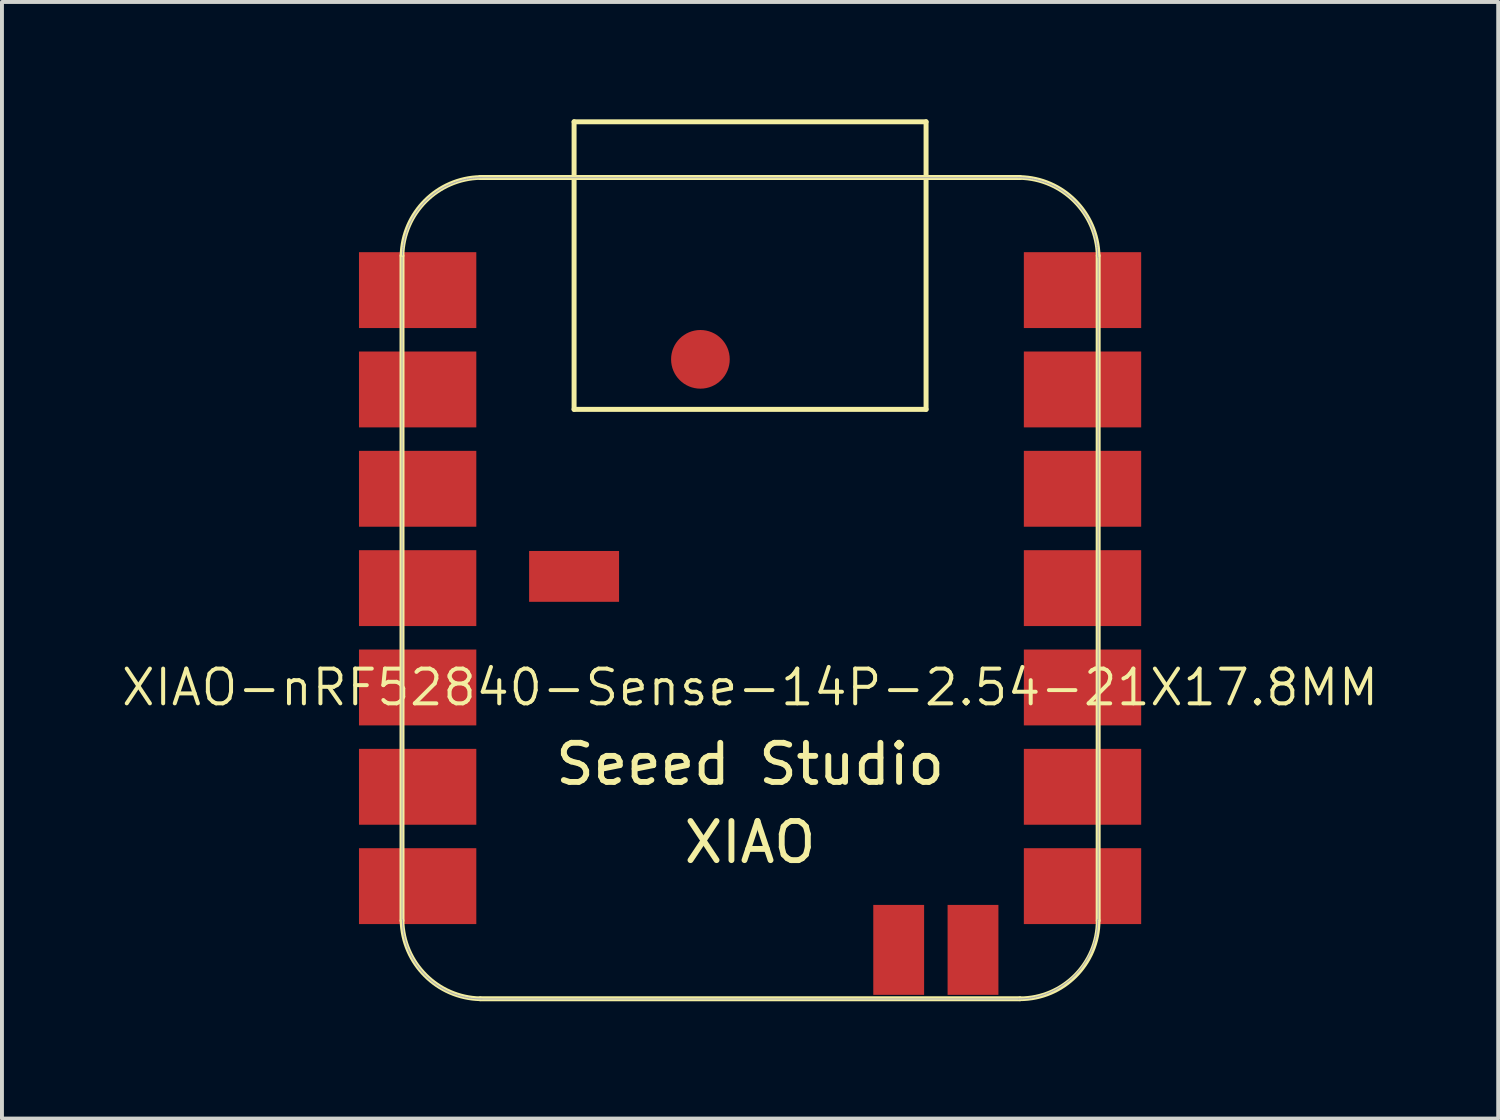
<source format=kicad_pcb>
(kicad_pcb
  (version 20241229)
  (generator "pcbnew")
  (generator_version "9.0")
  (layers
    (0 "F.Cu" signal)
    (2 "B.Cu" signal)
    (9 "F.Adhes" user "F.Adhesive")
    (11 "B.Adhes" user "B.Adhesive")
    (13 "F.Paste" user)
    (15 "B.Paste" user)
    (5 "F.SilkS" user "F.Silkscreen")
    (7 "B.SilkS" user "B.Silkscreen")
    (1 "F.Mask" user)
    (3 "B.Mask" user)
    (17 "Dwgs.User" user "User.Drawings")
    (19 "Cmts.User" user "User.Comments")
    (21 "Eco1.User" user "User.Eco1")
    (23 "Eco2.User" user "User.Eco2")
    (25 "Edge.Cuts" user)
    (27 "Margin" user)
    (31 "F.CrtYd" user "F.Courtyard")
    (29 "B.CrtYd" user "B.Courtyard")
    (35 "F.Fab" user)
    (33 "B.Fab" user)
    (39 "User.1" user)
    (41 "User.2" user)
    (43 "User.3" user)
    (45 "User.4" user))
  (footprint "XIAO-nRF52840-Sense-14P-2.54-21X17.8MM"
    (layer "F.Cu")
    (at 16.129 11.988)
    (property "Reference" "XIAO-nRF52840-Sense-14P-2.54-21X17.8MM" (at 0 2.54 0) (layer "F.SilkS") (effects (font (size 0.889 0.889) (thickness 0.102))))
    (attr smd)
    (fp_line (start -8.9 -8.5) (end -8.9 8.5) (stroke (width 0.127) (type solid)) (layer "F.SilkS"))
    (fp_line (start -6.9 10.5) (end 6.9 10.5) (stroke (width 0.127) (type solid)) (layer "F.SilkS"))
    (fp_line (start -4.5 -11.924) (end 4.5 -11.924) (stroke (width 0.127) (type solid)) (layer "F.SilkS"))
    (fp_line (start -4.5 -4.571) (end -4.5 -11.924) (stroke (width 0.127) (type solid)) (layer "F.SilkS"))
    (fp_line (start 4.5 -11.924) (end 4.5 -4.571) (stroke (width 0.127) (type solid)) (layer "F.SilkS"))
    (fp_line (start 4.5 -4.571) (end -4.5 -4.571) (stroke (width 0.127) (type solid)) (layer "F.SilkS"))
    (fp_line (start 6.9 -10.499) (end -6.9 -10.499) (stroke (width 0.127) (type solid)) (layer "F.SilkS"))
    (fp_line (start 8.9 8.5) (end 8.9 -8.5) (stroke (width 0.127) (type solid)) (layer "F.SilkS"))
    (fp_arc (start -8.9 -8.5) (mid -8.301491 -9.901491) (end -6.9 -10.5) (stroke (width 0.12) (type solid)) (layer "F.SilkS"))
    (fp_arc (start -6.9 10.5) (mid -8.301423 9.901423) (end -8.9 8.5) (stroke (width 0.12) (type solid)) (layer "F.SilkS"))
    (fp_arc (start 6.9 -10.5) (mid 8.301491 -9.901491) (end 8.9 -8.5) (stroke (width 0.12) (type solid)) (layer "F.SilkS"))
    (fp_arc (start 8.9 8.5) (mid 8.314214 9.914214) (end 6.9 10.5) (stroke (width 0.12) (type solid)) (layer "F.SilkS"))
    (fp_poly (pts (xy -8.888 -8.562) (xy -8.885 -8.61) (xy -8.881 -8.659)) (stroke (width 0.025) (type solid)) (fill no) (layer "F.SilkS"))
    (fp_poly (pts (xy 8.889 8.522) (xy 8.888 8.571) (xy 8.885 8.62) (xy 8.881 8.669) (xy 8.875 8.717) (xy 8.869 8.766) (xy 8.861 8.815) (xy 8.852 8.863) (xy 8.842 8.911)) (stroke (width 0.025) (type solid)) (fill no) (layer "F.SilkS"))
    (fp_line (start -8.9 -8.463) (end -8.9 8.473) (stroke (width 0.025) (type solid)) (layer "F.Fab"))
    (fp_line (start -8.89 8.473) (end -8.889 8.522) (stroke (width 0.025) (type solid)) (layer "F.Fab"))
    (fp_line (start -8.889 8.522) (end -8.888 8.571) (stroke (width 0.025) (type solid)) (layer "F.Fab"))
    (fp_line (start -8.888 -8.562) (end -8.889 -8.512) (stroke (width 0.025) (type solid)) (layer "F.Fab"))
    (fp_line (start -8.888 8.571) (end -8.885 8.62) (stroke (width 0.025) (type solid)) (layer "F.Fab"))
    (fp_line (start -8.885 -8.61) (end -8.888 -8.562) (stroke (width 0.025) (type solid)) (layer "F.Fab"))
    (fp_line (start -8.885 8.62) (end -8.881 8.669) (stroke (width 0.025) (type solid)) (layer "F.Fab"))
    (fp_line (start -8.881 -8.659) (end -8.885 -8.61) (stroke (width 0.025) (type solid)) (layer "F.Fab"))
    (fp_line (start -8.881 8.669) (end -8.875 8.717) (stroke (width 0.025) (type solid)) (layer "F.Fab"))
    (fp_line (start -8.875 -8.708) (end -8.881 -8.659) (stroke (width 0.025) (type solid)) (layer "F.Fab"))
    (fp_line (start -8.875 8.717) (end -8.869 8.766) (stroke (width 0.025) (type solid)) (layer "F.Fab"))
    (fp_line (start -8.869 -8.757) (end -8.875 -8.708) (stroke (width 0.025) (type solid)) (layer "F.Fab"))
    (fp_line (start -8.869 8.766) (end -8.861 8.815) (stroke (width 0.025) (type solid)) (layer "F.Fab"))
    (fp_line (start -8.861 -8.806) (end -8.869 -8.757) (stroke (width 0.025) (type solid)) (layer "F.Fab"))
    (fp_line (start -8.861 8.815) (end -8.852 8.863) (stroke (width 0.025) (type solid)) (layer "F.Fab"))
    (fp_line (start -8.852 -8.854) (end -8.861 -8.806) (stroke (width 0.025) (type solid)) (layer "F.Fab"))
    (fp_line (start -8.852 8.863) (end -8.842 8.911) (stroke (width 0.025) (type solid)) (layer "F.Fab"))
    (fp_line (start -8.842 -8.902) (end -8.852 -8.854) (stroke (width 0.025) (type solid)) (layer "F.Fab"))
    (fp_line (start -8.842 8.911) (end -8.831 8.959) (stroke (width 0.025) (type solid)) (layer "F.Fab"))
    (fp_line (start -8.831 -8.95) (end -8.842 -8.902) (stroke (width 0.025) (type solid)) (layer "F.Fab"))
    (fp_line (start -8.831 8.959) (end -8.819 9.006) (stroke (width 0.025) (type solid)) (layer "F.Fab"))
    (fp_line (start -8.819 -8.997) (end -8.831 -8.95) (stroke (width 0.025) (type solid)) (layer "F.Fab"))
    (fp_line (start -8.819 9.006) (end -8.805 9.054) (stroke (width 0.025) (type solid)) (layer "F.Fab"))
    (fp_line (start -8.805 -9.045) (end -8.819 -8.997) (stroke (width 0.025) (type solid)) (layer "F.Fab"))
    (fp_line (start -8.805 9.054) (end -8.79 9.1) (stroke (width 0.025) (type solid)) (layer "F.Fab"))
    (fp_line (start -8.79 -9.091) (end -8.805 -9.045) (stroke (width 0.025) (type solid)) (layer "F.Fab"))
    (fp_line (start -8.79 9.1) (end -8.775 9.147) (stroke (width 0.025) (type solid)) (layer "F.Fab"))
    (fp_line (start -8.775 -9.138) (end -8.79 -9.091) (stroke (width 0.025) (type solid)) (layer "F.Fab"))
    (fp_line (start -8.775 9.147) (end -8.758 9.193) (stroke (width 0.025) (type solid)) (layer "F.Fab"))
    (fp_line (start -8.758 -9.184) (end -8.775 -9.138) (stroke (width 0.025) (type solid)) (layer "F.Fab"))
    (fp_line (start -8.758 9.193) (end -8.74 9.239) (stroke (width 0.025) (type solid)) (layer "F.Fab"))
    (fp_line (start -8.74 -9.23) (end -8.758 -9.184) (stroke (width 0.025) (type solid)) (layer "F.Fab"))
    (fp_line (start -8.74 9.239) (end -8.721 9.284) (stroke (width 0.025) (type solid)) (layer "F.Fab"))
    (fp_line (start -8.721 -9.275) (end -8.74 -9.23) (stroke (width 0.025) (type solid)) (layer "F.Fab"))
    (fp_line (start -8.721 9.284) (end -8.701 9.329) (stroke (width 0.025) (type solid)) (layer "F.Fab"))
    (fp_line (start -8.701 -9.32) (end -8.721 -9.275) (stroke (width 0.025) (type solid)) (layer "F.Fab"))
    (fp_line (start -8.701 9.329) (end -8.679 9.373) (stroke (width 0.025) (type solid)) (layer "F.Fab"))
    (fp_line (start -8.679 -9.364) (end -8.701 -9.32) (stroke (width 0.025) (type solid)) (layer "F.Fab"))
    (fp_line (start -8.679 9.373) (end -8.657 9.417) (stroke (width 0.025) (type solid)) (layer "F.Fab"))
    (fp_line (start -8.657 -9.408) (end -8.679 -9.364) (stroke (width 0.025) (type solid)) (layer "F.Fab"))
    (fp_line (start -8.657 9.417) (end -8.634 9.46) (stroke (width 0.025) (type solid)) (layer "F.Fab"))
    (fp_line (start -8.634 -9.451) (end -8.657 -9.408) (stroke (width 0.025) (type solid)) (layer "F.Fab"))
    (fp_line (start -8.634 9.46) (end -8.61 9.503) (stroke (width 0.025) (type solid)) (layer "F.Fab"))
    (fp_line (start -8.61 -9.494) (end -8.634 -9.451) (stroke (width 0.025) (type solid)) (layer "F.Fab"))
    (fp_line (start -8.61 9.503) (end -8.584 9.545) (stroke (width 0.025) (type solid)) (layer "F.Fab"))
    (fp_line (start -8.584 -9.536) (end -8.61 -9.494) (stroke (width 0.025) (type solid)) (layer "F.Fab"))
    (fp_line (start -8.584 9.545) (end -8.558 9.586) (stroke (width 0.025) (type solid)) (layer "F.Fab"))
    (fp_line (start -8.558 -9.577) (end -8.584 -9.536) (stroke (width 0.025) (type solid)) (layer "F.Fab"))
    (fp_line (start -8.558 9.586) (end -8.53 9.627) (stroke (width 0.025) (type solid)) (layer "F.Fab"))
    (fp_line (start -8.53 -9.618) (end -8.558 -9.577) (stroke (width 0.025) (type solid)) (layer "F.Fab"))
    (fp_line (start -8.53 9.627) (end -8.502 9.667) (stroke (width 0.025) (type solid)) (layer "F.Fab"))
    (fp_line (start -8.502 -9.658) (end -8.53 -9.618) (stroke (width 0.025) (type solid)) (layer "F.Fab"))
    (fp_line (start -8.502 9.667) (end -8.473 9.706) (stroke (width 0.025) (type solid)) (layer "F.Fab"))
    (fp_line (start -8.473 -9.697) (end -8.502 -9.658) (stroke (width 0.025) (type solid)) (layer "F.Fab"))
    (fp_line (start -8.473 9.706) (end -8.442 9.745) (stroke (width 0.025) (type solid)) (layer "F.Fab"))
    (fp_line (start -8.442 -9.736) (end -8.473 -9.697) (stroke (width 0.025) (type solid)) (layer "F.Fab"))
    (fp_line (start -8.442 9.745) (end -8.411 9.783) (stroke (width 0.025) (type solid)) (layer "F.Fab"))
    (fp_line (start -8.411 -9.774) (end -8.442 -9.736) (stroke (width 0.025) (type solid)) (layer "F.Fab"))
    (fp_line (start -8.411 9.783) (end -8.379 9.82) (stroke (width 0.025) (type solid)) (layer "F.Fab"))
    (fp_line (start -8.379 -9.811) (end -8.411 -9.774) (stroke (width 0.025) (type solid)) (layer "F.Fab"))
    (fp_line (start -8.379 9.82) (end -8.346 9.856) (stroke (width 0.025) (type solid)) (layer "F.Fab"))
    (fp_line (start -8.346 -9.847) (end -8.379 -9.811) (stroke (width 0.025) (type solid)) (layer "F.Fab"))
    (fp_line (start -8.346 9.856) (end -8.312 9.892) (stroke (width 0.025) (type solid)) (layer "F.Fab"))
    (fp_line (start -8.312 -9.883) (end -8.346 -9.847) (stroke (width 0.025) (type solid)) (layer "F.Fab"))
    (fp_line (start -8.312 9.892) (end -8.277 9.927) (stroke (width 0.025) (type solid)) (layer "F.Fab"))
    (fp_line (start -8.277 -9.918) (end -8.312 -9.883) (stroke (width 0.025) (type solid)) (layer "F.Fab"))
    (fp_line (start -8.277 9.927) (end -8.242 9.96) (stroke (width 0.025) (type solid)) (layer "F.Fab"))
    (fp_line (start -8.242 -9.951) (end -8.277 -9.918) (stroke (width 0.025) (type solid)) (layer "F.Fab"))
    (fp_line (start -8.242 9.96) (end -8.205 9.994) (stroke (width 0.025) (type solid)) (layer "F.Fab"))
    (fp_line (start -8.205 -9.984) (end -8.242 -9.951) (stroke (width 0.025) (type solid)) (layer "F.Fab"))
    (fp_line (start -8.205 9.994) (end -8.168 10.026) (stroke (width 0.025) (type solid)) (layer "F.Fab"))
    (fp_line (start -8.168 -10.017) (end -8.205 -9.984) (stroke (width 0.025) (type solid)) (layer "F.Fab"))
    (fp_line (start -8.168 10.026) (end -8.13 10.057) (stroke (width 0.025) (type solid)) (layer "F.Fab"))
    (fp_line (start -8.13 -10.048) (end -8.168 -10.017) (stroke (width 0.025) (type solid)) (layer "F.Fab"))
    (fp_line (start -8.13 10.057) (end -8.092 10.087) (stroke (width 0.025) (type solid)) (layer "F.Fab"))
    (fp_line (start -8.092 -10.078) (end -8.13 -10.048) (stroke (width 0.025) (type solid)) (layer "F.Fab"))
    (fp_line (start -8.092 10.087) (end -8.052 10.116) (stroke (width 0.025) (type solid)) (layer "F.Fab"))
    (fp_line (start -8.052 -10.107) (end -8.092 -10.078) (stroke (width 0.025) (type solid)) (layer "F.Fab"))
    (fp_line (start -8.052 10.116) (end -8.012 10.145) (stroke (width 0.025) (type solid)) (layer "F.Fab"))
    (fp_line (start -8.012 -10.136) (end -8.052 -10.107) (stroke (width 0.025) (type solid)) (layer "F.Fab"))
    (fp_line (start -8.012 10.145) (end -7.972 10.172) (stroke (width 0.025) (type solid)) (layer "F.Fab"))
    (fp_line (start -7.972 -10.163) (end -8.012 -10.136) (stroke (width 0.025) (type solid)) (layer "F.Fab"))
    (fp_line (start -7.972 10.172) (end -7.93 10.199) (stroke (width 0.025) (type solid)) (layer "F.Fab"))
    (fp_line (start -7.93 -10.19) (end -7.972 -10.163) (stroke (width 0.025) (type solid)) (layer "F.Fab"))
    (fp_line (start -7.93 10.199) (end -7.888 10.224) (stroke (width 0.025) (type solid)) (layer "F.Fab"))
    (fp_line (start -7.888 -10.215) (end -7.93 -10.19) (stroke (width 0.025) (type solid)) (layer "F.Fab"))
    (fp_line (start -7.888 10.224) (end -7.846 10.249) (stroke (width 0.025) (type solid)) (layer "F.Fab"))
    (fp_line (start -7.846 -10.239) (end -7.888 -10.215) (stroke (width 0.025) (type solid)) (layer "F.Fab"))
    (fp_line (start -7.846 10.249) (end -7.802 10.272) (stroke (width 0.025) (type solid)) (layer "F.Fab"))
    (fp_line (start -7.802 -10.263) (end -7.846 -10.239) (stroke (width 0.025) (type solid)) (layer "F.Fab"))
    (fp_line (start -7.802 10.272) (end -7.759 10.294) (stroke (width 0.025) (type solid)) (layer "F.Fab"))
    (fp_line (start -7.759 -10.285) (end -7.802 -10.263) (stroke (width 0.025) (type solid)) (layer "F.Fab"))
    (fp_line (start -7.759 10.294) (end -7.714 10.315) (stroke (width 0.025) (type solid)) (layer "F.Fab"))
    (fp_line (start -7.714 -10.306) (end -7.759 -10.285) (stroke (width 0.025) (type solid)) (layer "F.Fab"))
    (fp_line (start -7.714 10.315) (end -7.67 10.335) (stroke (width 0.025) (type solid)) (layer "F.Fab"))
    (fp_line (start -7.67 -10.326) (end -7.714 -10.306) (stroke (width 0.025) (type solid)) (layer "F.Fab"))
    (fp_line (start -7.67 10.335) (end -7.624 10.354) (stroke (width 0.025) (type solid)) (layer "F.Fab"))
    (fp_line (start -7.624 -10.345) (end -7.67 -10.326) (stroke (width 0.025) (type solid)) (layer "F.Fab"))
    (fp_line (start -7.624 10.354) (end -7.579 10.372) (stroke (width 0.025) (type solid)) (layer "F.Fab"))
    (fp_line (start -7.579 -10.363) (end -7.624 -10.345) (stroke (width 0.025) (type solid)) (layer "F.Fab"))
    (fp_line (start -7.579 10.372) (end -7.532 10.389) (stroke (width 0.025) (type solid)) (layer "F.Fab"))
    (fp_line (start -7.532 -10.38) (end -7.579 -10.363) (stroke (width 0.025) (type solid)) (layer "F.Fab"))
    (fp_line (start -7.532 10.389) (end -7.486 10.405) (stroke (width 0.025) (type solid)) (layer "F.Fab"))
    (fp_line (start -7.486 -10.396) (end -7.532 -10.38) (stroke (width 0.025) (type solid)) (layer "F.Fab"))
    (fp_line (start -7.486 10.405) (end -7.439 10.42) (stroke (width 0.025) (type solid)) (layer "F.Fab"))
    (fp_line (start -7.439 -10.411) (end -7.486 -10.396) (stroke (width 0.025) (type solid)) (layer "F.Fab"))
    (fp_line (start -7.439 10.42) (end -7.392 10.433) (stroke (width 0.025) (type solid)) (layer "F.Fab"))
    (fp_line (start -7.392 -10.424) (end -7.439 -10.411) (stroke (width 0.025) (type solid)) (layer "F.Fab"))
    (fp_line (start -7.392 10.433) (end -7.344 10.446) (stroke (width 0.025) (type solid)) (layer "F.Fab"))
    (fp_line (start -7.344 -10.436) (end -7.392 -10.424) (stroke (width 0.025) (type solid)) (layer "F.Fab"))
    (fp_line (start -7.344 10.446) (end -7.296 10.457) (stroke (width 0.025) (type solid)) (layer "F.Fab"))
    (fp_line (start -7.296 -10.448) (end -7.344 -10.436) (stroke (width 0.025) (type solid)) (layer "F.Fab"))
    (fp_line (start -7.296 10.457) (end -7.248 10.467) (stroke (width 0.025) (type solid)) (layer "F.Fab"))
    (fp_line (start -7.248 -10.458) (end -7.296 -10.448) (stroke (width 0.025) (type solid)) (layer "F.Fab"))
    (fp_line (start -7.248 10.467) (end -7.2 10.476) (stroke (width 0.025) (type solid)) (layer "F.Fab"))
    (fp_line (start -7.2 -10.466) (end -7.248 -10.458) (stroke (width 0.025) (type solid)) (layer "F.Fab"))
    (fp_line (start -7.2 10.476) (end -7.152 10.483) (stroke (width 0.025) (type solid)) (layer "F.Fab"))
    (fp_line (start -7.152 -10.474) (end -7.2 -10.466) (stroke (width 0.025) (type solid)) (layer "F.Fab"))
    (fp_line (start -7.152 10.483) (end -7.103 10.49) (stroke (width 0.025) (type solid)) (layer "F.Fab"))
    (fp_line (start -7.103 -10.481) (end -7.152 -10.474) (stroke (width 0.025) (type solid)) (layer "F.Fab"))
    (fp_line (start -7.103 10.49) (end -7.054 10.495) (stroke (width 0.025) (type solid)) (layer "F.Fab"))
    (fp_line (start -7.054 -10.486) (end -7.103 -10.481) (stroke (width 0.025) (type solid)) (layer "F.Fab"))
    (fp_line (start -7.054 10.495) (end -7.005 10.499) (stroke (width 0.025) (type solid)) (layer "F.Fab"))
    (fp_line (start -7.005 -10.49) (end -7.054 -10.486) (stroke (width 0.025) (type solid)) (layer "F.Fab"))
    (fp_line (start -7.005 10.499) (end -6.956 10.502) (stroke (width 0.025) (type solid)) (layer "F.Fab"))
    (fp_line (start -6.956 -10.493) (end -7.005 -10.49) (stroke (width 0.025) (type solid)) (layer "F.Fab"))
    (fp_line (start -6.956 10.502) (end -6.907 10.504) (stroke (width 0.025) (type solid)) (layer "F.Fab"))
    (fp_line (start -6.907 -10.495) (end -6.956 -10.493) (stroke (width 0.025) (type solid)) (layer "F.Fab"))
    (fp_line (start -6.907 10.504) (end -6.858 10.505) (stroke (width 0.025) (type solid)) (layer "F.Fab"))
    (fp_line (start -6.858 -10.495) (end -6.907 -10.495) (stroke (width 0.025) (type solid)) (layer "F.Fab"))
    (fp_line (start -6.858 10.505) (end 6.858 10.505) (stroke (width 0.025) (type solid)) (layer "F.Fab"))
    (fp_line (start 6.858 -10.495) (end -6.858 -10.495) (stroke (width 0.025) (type solid)) (layer "F.Fab"))
    (fp_line (start 6.858 10.505) (end 6.907 10.504) (stroke (width 0.025) (type solid)) (layer "F.Fab"))
    (fp_line (start 6.907 -10.495) (end 6.858 -10.495) (stroke (width 0.025) (type solid)) (layer "F.Fab"))
    (fp_line (start 6.907 10.504) (end 6.956 10.502) (stroke (width 0.025) (type solid)) (layer "F.Fab"))
    (fp_line (start 6.956 -10.493) (end 6.907 -10.495) (stroke (width 0.025) (type solid)) (layer "F.Fab"))
    (fp_line (start 6.956 10.502) (end 7.005 10.499) (stroke (width 0.025) (type solid)) (layer "F.Fab"))
    (fp_line (start 7.005 -10.49) (end 6.956 -10.493) (stroke (width 0.025) (type solid)) (layer "F.Fab"))
    (fp_line (start 7.005 10.499) (end 7.054 10.495) (stroke (width 0.025) (type solid)) (layer "F.Fab"))
    (fp_line (start 7.054 -10.486) (end 7.005 -10.49) (stroke (width 0.025) (type solid)) (layer "F.Fab"))
    (fp_line (start 7.054 10.495) (end 7.103 10.49) (stroke (width 0.025) (type solid)) (layer "F.Fab"))
    (fp_line (start 7.103 -10.481) (end 7.054 -10.486) (stroke (width 0.025) (type solid)) (layer "F.Fab"))
    (fp_line (start 7.103 10.49) (end 7.152 10.483) (stroke (width 0.025) (type solid)) (layer "F.Fab"))
    (fp_line (start 7.152 -10.474) (end 7.103 -10.481) (stroke (width 0.025) (type solid)) (layer "F.Fab"))
    (fp_line (start 7.152 10.483) (end 7.2 10.476) (stroke (width 0.025) (type solid)) (layer "F.Fab"))
    (fp_line (start 7.2 -10.466) (end 7.152 -10.474) (stroke (width 0.025) (type solid)) (layer "F.Fab"))
    (fp_line (start 7.2 10.476) (end 7.248 10.467) (stroke (width 0.025) (type solid)) (layer "F.Fab"))
    (fp_line (start 7.248 -10.458) (end 7.2 -10.466) (stroke (width 0.025) (type solid)) (layer "F.Fab"))
    (fp_line (start 7.248 10.467) (end 7.296 10.457) (stroke (width 0.025) (type solid)) (layer "F.Fab"))
    (fp_line (start 7.296 -10.448) (end 7.248 -10.458) (stroke (width 0.025) (type solid)) (layer "F.Fab"))
    (fp_line (start 7.296 10.457) (end 7.344 10.446) (stroke (width 0.025) (type solid)) (layer "F.Fab"))
    (fp_line (start 7.344 -10.436) (end 7.296 -10.448) (stroke (width 0.025) (type solid)) (layer "F.Fab"))
    (fp_line (start 7.344 10.446) (end 7.392 10.433) (stroke (width 0.025) (type solid)) (layer "F.Fab"))
    (fp_line (start 7.392 -10.424) (end 7.344 -10.436) (stroke (width 0.025) (type solid)) (layer "F.Fab"))
    (fp_line (start 7.392 10.433) (end 7.439 10.42) (stroke (width 0.025) (type solid)) (layer "F.Fab"))
    (fp_line (start 7.439 -10.411) (end 7.392 -10.424) (stroke (width 0.025) (type solid)) (layer "F.Fab"))
    (fp_line (start 7.439 10.42) (end 7.486 10.405) (stroke (width 0.025) (type solid)) (layer "F.Fab"))
    (fp_line (start 7.486 -10.396) (end 7.439 -10.411) (stroke (width 0.025) (type solid)) (layer "F.Fab"))
    (fp_line (start 7.486 10.405) (end 7.532 10.389) (stroke (width 0.025) (type solid)) (layer "F.Fab"))
    (fp_line (start 7.532 -10.38) (end 7.486 -10.396) (stroke (width 0.025) (type solid)) (layer "F.Fab"))
    (fp_line (start 7.532 10.389) (end 7.579 10.372) (stroke (width 0.025) (type solid)) (layer "F.Fab"))
    (fp_line (start 7.579 -10.363) (end 7.532 -10.38) (stroke (width 0.025) (type solid)) (layer "F.Fab"))
    (fp_line (start 7.579 10.372) (end 7.624 10.354) (stroke (width 0.025) (type solid)) (layer "F.Fab"))
    (fp_line (start 7.624 -10.345) (end 7.579 -10.363) (stroke (width 0.025) (type solid)) (layer "F.Fab"))
    (fp_line (start 7.624 10.354) (end 7.67 10.335) (stroke (width 0.025) (type solid)) (layer "F.Fab"))
    (fp_line (start 7.67 -10.326) (end 7.624 -10.345) (stroke (width 0.025) (type solid)) (layer "F.Fab"))
    (fp_line (start 7.67 10.335) (end 7.714 10.315) (stroke (width 0.025) (type solid)) (layer "F.Fab"))
    (fp_line (start 7.714 -10.306) (end 7.67 -10.326) (stroke (width 0.025) (type solid)) (layer "F.Fab"))
    (fp_line (start 7.714 10.315) (end 7.759 10.294) (stroke (width 0.025) (type solid)) (layer "F.Fab"))
    (fp_line (start 7.759 -10.285) (end 7.714 -10.306) (stroke (width 0.025) (type solid)) (layer "F.Fab"))
    (fp_line (start 7.759 10.294) (end 7.802 10.272) (stroke (width 0.025) (type solid)) (layer "F.Fab"))
    (fp_line (start 7.802 -10.263) (end 7.759 -10.285) (stroke (width 0.025) (type solid)) (layer "F.Fab"))
    (fp_line (start 7.802 10.272) (end 7.846 10.249) (stroke (width 0.025) (type solid)) (layer "F.Fab"))
    (fp_line (start 7.846 -10.239) (end 7.802 -10.263) (stroke (width 0.025) (type solid)) (layer "F.Fab"))
    (fp_line (start 7.846 10.249) (end 7.888 10.224) (stroke (width 0.025) (type solid)) (layer "F.Fab"))
    (fp_line (start 7.888 -10.215) (end 7.846 -10.239) (stroke (width 0.025) (type solid)) (layer "F.Fab"))
    (fp_line (start 7.888 10.224) (end 7.93 10.199) (stroke (width 0.025) (type solid)) (layer "F.Fab"))
    (fp_line (start 7.93 -10.19) (end 7.888 -10.215) (stroke (width 0.025) (type solid)) (layer "F.Fab"))
    (fp_line (start 7.93 10.199) (end 7.972 10.172) (stroke (width 0.025) (type solid)) (layer "F.Fab"))
    (fp_line (start 7.972 -10.163) (end 7.93 -10.19) (stroke (width 0.025) (type solid)) (layer "F.Fab"))
    (fp_line (start 7.972 10.172) (end 8.012 10.145) (stroke (width 0.025) (type solid)) (layer "F.Fab"))
    (fp_line (start 8.012 -10.136) (end 7.972 -10.163) (stroke (width 0.025) (type solid)) (layer "F.Fab"))
    (fp_line (start 8.012 10.145) (end 8.052 10.116) (stroke (width 0.025) (type solid)) (layer "F.Fab"))
    (fp_line (start 8.052 -10.107) (end 8.012 -10.136) (stroke (width 0.025) (type solid)) (layer "F.Fab"))
    (fp_line (start 8.052 10.116) (end 8.092 10.087) (stroke (width 0.025) (type solid)) (layer "F.Fab"))
    (fp_line (start 8.092 -10.078) (end 8.052 -10.107) (stroke (width 0.025) (type solid)) (layer "F.Fab"))
    (fp_line (start 8.092 10.087) (end 8.13 10.057) (stroke (width 0.025) (type solid)) (layer "F.Fab"))
    (fp_line (start 8.13 -10.048) (end 8.092 -10.078) (stroke (width 0.025) (type solid)) (layer "F.Fab"))
    (fp_line (start 8.13 10.057) (end 8.168 10.026) (stroke (width 0.025) (type solid)) (layer "F.Fab"))
    (fp_line (start 8.168 -10.017) (end 8.13 -10.048) (stroke (width 0.025) (type solid)) (layer "F.Fab"))
    (fp_line (start 8.168 10.026) (end 8.205 9.994) (stroke (width 0.025) (type solid)) (layer "F.Fab"))
    (fp_line (start 8.205 -9.984) (end 8.168 -10.017) (stroke (width 0.025) (type solid)) (layer "F.Fab"))
    (fp_line (start 8.205 9.994) (end 8.242 9.96) (stroke (width 0.025) (type solid)) (layer "F.Fab"))
    (fp_line (start 8.242 -9.951) (end 8.205 -9.984) (stroke (width 0.025) (type solid)) (layer "F.Fab"))
    (fp_line (start 8.242 9.96) (end 8.277 9.927) (stroke (width 0.025) (type solid)) (layer "F.Fab"))
    (fp_line (start 8.277 -9.918) (end 8.242 -9.951) (stroke (width 0.025) (type solid)) (layer "F.Fab"))
    (fp_line (start 8.277 9.927) (end 8.312 9.892) (stroke (width 0.025) (type solid)) (layer "F.Fab"))
    (fp_line (start 8.312 -9.883) (end 8.277 -9.918) (stroke (width 0.025) (type solid)) (layer "F.Fab"))
    (fp_line (start 8.312 9.892) (end 8.346 9.856) (stroke (width 0.025) (type solid)) (layer "F.Fab"))
    (fp_line (start 8.346 -9.847) (end 8.312 -9.883) (stroke (width 0.025) (type solid)) (layer "F.Fab"))
    (fp_line (start 8.346 9.856) (end 8.379 9.82) (stroke (width 0.025) (type solid)) (layer "F.Fab"))
    (fp_line (start 8.379 -9.811) (end 8.346 -9.847) (stroke (width 0.025) (type solid)) (layer "F.Fab"))
    (fp_line (start 8.379 9.82) (end 8.411 9.783) (stroke (width 0.025) (type solid)) (layer "F.Fab"))
    (fp_line (start 8.411 -9.774) (end 8.379 -9.811) (stroke (width 0.025) (type solid)) (layer "F.Fab"))
    (fp_line (start 8.411 9.783) (end 8.442 9.745) (stroke (width 0.025) (type solid)) (layer "F.Fab"))
    (fp_line (start 8.442 -9.736) (end 8.411 -9.774) (stroke (width 0.025) (type solid)) (layer "F.Fab"))
    (fp_line (start 8.442 9.745) (end 8.473 9.706) (stroke (width 0.025) (type solid)) (layer "F.Fab"))
    (fp_line (start 8.473 -9.697) (end 8.442 -9.736) (stroke (width 0.025) (type solid)) (layer "F.Fab"))
    (fp_line (start 8.473 9.706) (end 8.502 9.667) (stroke (width 0.025) (type solid)) (layer "F.Fab"))
    (fp_line (start 8.502 -9.658) (end 8.473 -9.697) (stroke (width 0.025) (type solid)) (layer "F.Fab"))
    (fp_line (start 8.502 9.667) (end 8.53 9.627) (stroke (width 0.025) (type solid)) (layer "F.Fab"))
    (fp_line (start 8.53 -9.618) (end 8.502 -9.658) (stroke (width 0.025) (type solid)) (layer "F.Fab"))
    (fp_line (start 8.53 9.627) (end 8.558 9.586) (stroke (width 0.025) (type solid)) (layer "F.Fab"))
    (fp_line (start 8.558 -9.577) (end 8.53 -9.618) (stroke (width 0.025) (type solid)) (layer "F.Fab"))
    (fp_line (start 8.558 9.586) (end 8.584 9.545) (stroke (width 0.025) (type solid)) (layer "F.Fab"))
    (fp_line (start 8.584 -9.536) (end 8.558 -9.577) (stroke (width 0.025) (type solid)) (layer "F.Fab"))
    (fp_line (start 8.584 9.545) (end 8.61 9.503) (stroke (width 0.025) (type solid)) (layer "F.Fab"))
    (fp_line (start 8.61 -9.494) (end 8.584 -9.536) (stroke (width 0.025) (type solid)) (layer "F.Fab"))
    (fp_line (start 8.61 9.503) (end 8.634 9.46) (stroke (width 0.025) (type solid)) (layer "F.Fab"))
    (fp_line (start 8.634 -9.451) (end 8.61 -9.494) (stroke (width 0.025) (type solid)) (layer "F.Fab"))
    (fp_line (start 8.634 9.46) (end 8.657 9.417) (stroke (width 0.025) (type solid)) (layer "F.Fab"))
    (fp_line (start 8.657 -9.408) (end 8.634 -9.451) (stroke (width 0.025) (type solid)) (layer "F.Fab"))
    (fp_line (start 8.657 9.417) (end 8.679 9.373) (stroke (width 0.025) (type solid)) (layer "F.Fab"))
    (fp_line (start 8.679 -9.364) (end 8.657 -9.408) (stroke (width 0.025) (type solid)) (layer "F.Fab"))
    (fp_line (start 8.679 9.373) (end 8.701 9.329) (stroke (width 0.025) (type solid)) (layer "F.Fab"))
    (fp_line (start 8.701 -9.32) (end 8.679 -9.364) (stroke (width 0.025) (type solid)) (layer "F.Fab"))
    (fp_line (start 8.701 9.329) (end 8.721 9.284) (stroke (width 0.025) (type solid)) (layer "F.Fab"))
    (fp_line (start 8.721 -9.275) (end 8.701 -9.32) (stroke (width 0.025) (type solid)) (layer "F.Fab"))
    (fp_line (start 8.721 9.284) (end 8.74 9.239) (stroke (width 0.025) (type solid)) (layer "F.Fab"))
    (fp_line (start 8.74 -9.23) (end 8.721 -9.275) (stroke (width 0.025) (type solid)) (layer "F.Fab"))
    (fp_line (start 8.74 9.239) (end 8.758 9.193) (stroke (width 0.025) (type solid)) (layer "F.Fab"))
    (fp_line (start 8.758 -9.184) (end 8.74 -9.23) (stroke (width 0.025) (type solid)) (layer "F.Fab"))
    (fp_line (start 8.758 9.193) (end 8.775 9.147) (stroke (width 0.025) (type solid)) (layer "F.Fab"))
    (fp_line (start 8.775 -9.138) (end 8.758 -9.184) (stroke (width 0.025) (type solid)) (layer "F.Fab"))
    (fp_line (start 8.775 9.147) (end 8.79 9.1) (stroke (width 0.025) (type solid)) (layer "F.Fab"))
    (fp_line (start 8.79 -9.091) (end 8.775 -9.138) (stroke (width 0.025) (type solid)) (layer "F.Fab"))
    (fp_line (start 8.79 9.1) (end 8.805 9.054) (stroke (width 0.025) (type solid)) (layer "F.Fab"))
    (fp_line (start 8.805 -9.045) (end 8.79 -9.091) (stroke (width 0.025) (type solid)) (layer "F.Fab"))
    (fp_line (start 8.805 9.054) (end 8.819 9.006) (stroke (width 0.025) (type solid)) (layer "F.Fab"))
    (fp_line (start 8.819 -8.997) (end 8.805 -9.045) (stroke (width 0.025) (type solid)) (layer "F.Fab"))
    (fp_line (start 8.819 9.006) (end 8.831 8.959) (stroke (width 0.025) (type solid)) (layer "F.Fab"))
    (fp_line (start 8.831 -8.95) (end 8.819 -8.997) (stroke (width 0.025) (type solid)) (layer "F.Fab"))
    (fp_line (start 8.831 8.959) (end 8.842 8.911) (stroke (width 0.025) (type solid)) (layer "F.Fab"))
    (fp_line (start 8.842 -8.902) (end 8.831 -8.95) (stroke (width 0.025) (type solid)) (layer "F.Fab"))
    (fp_line (start 8.842 8.911) (end 8.852 8.863) (stroke (width 0.025) (type solid)) (layer "F.Fab"))
    (fp_line (start 8.852 -8.854) (end 8.842 -8.902) (stroke (width 0.025) (type solid)) (layer "F.Fab"))
    (fp_line (start 8.852 8.863) (end 8.861 8.815) (stroke (width 0.025) (type solid)) (layer "F.Fab"))
    (fp_line (start 8.861 -8.806) (end 8.852 -8.854) (stroke (width 0.025) (type solid)) (layer "F.Fab"))
    (fp_line (start 8.861 8.815) (end 8.869 8.766) (stroke (width 0.025) (type solid)) (layer "F.Fab"))
    (fp_line (start 8.869 -8.757) (end 8.861 -8.806) (stroke (width 0.025) (type solid)) (layer "F.Fab"))
    (fp_line (start 8.869 8.766) (end 8.875 8.717) (stroke (width 0.025) (type solid)) (layer "F.Fab"))
    (fp_line (start 8.875 -8.708) (end 8.869 -8.757) (stroke (width 0.025) (type solid)) (layer "F.Fab"))
    (fp_line (start 8.875 8.717) (end 8.881 8.669) (stroke (width 0.025) (type solid)) (layer "F.Fab"))
    (fp_line (start 8.881 -8.659) (end 8.875 -8.708) (stroke (width 0.025) (type solid)) (layer "F.Fab"))
    (fp_line (start 8.881 8.669) (end 8.885 8.62) (stroke (width 0.025) (type solid)) (layer "F.Fab"))
    (fp_line (start 8.885 -8.61) (end 8.881 -8.659) (stroke (width 0.025) (type solid)) (layer "F.Fab"))
    (fp_line (start 8.885 8.62) (end 8.888 8.571) (stroke (width 0.025) (type solid)) (layer "F.Fab"))
    (fp_line (start 8.888 -8.562) (end 8.885 -8.61) (stroke (width 0.025) (type solid)) (layer "F.Fab"))
    (fp_line (start 8.888 8.571) (end 8.889 8.522) (stroke (width 0.025) (type solid)) (layer "F.Fab"))
    (fp_line (start 8.889 -8.512) (end 8.888 -8.562) (stroke (width 0.025) (type solid)) (layer "F.Fab"))
    (fp_line (start 8.889 8.522) (end 8.89 8.473) (stroke (width 0.025) (type solid)) (layer "F.Fab"))
    (fp_line (start 8.89 -8.463) (end 8.889 -8.512) (stroke (width 0.025) (type solid)) (layer "F.Fab"))
    (fp_line (start 8.9 8.473) (end 8.9 -8.463) (stroke (width 0.025) (type solid)) (layer "F.Fab"))
    (fp_text user "XIAO" (at 0 6.5 0) (unlocked yes) (layer "F.SilkS") (effects (font (size 1 1) (thickness 0.15))))
    (fp_text user "Seeed Studio" (at 0 4.5 0) (unlocked yes) (layer "F.SilkS") (effects (font (size 1 1) (thickness 0.15))))
    (pad "1" smd rect (at -8.5 -7.62) (size 3 1.94) (layers "F.Cu" "F.Mask" "F.Paste"))
    (pad "2" smd rect (at -8.5 -5.08) (size 3 1.94) (layers "F.Cu" "F.Mask" "F.Paste"))
    (pad "3" smd rect (at -8.5 -2.54) (size 3 1.94) (layers "F.Cu" "F.Mask" "F.Paste"))
    (pad "4" smd rect (at -8.5 0) (size 3 1.94) (layers "F.Cu" "F.Mask" "F.Paste"))
    (pad "5" smd rect (at -8.5 2.54) (size 3 1.94) (layers "F.Cu" "F.Mask" "F.Paste"))
    (pad "6" smd rect (at -8.5 5.08 180) (size 3 1.94) (layers "F.Cu" "F.Mask" "F.Paste"))
    (pad "7" smd rect (at -8.5 7.62) (size 3 1.94) (layers "F.Cu" "F.Mask" "F.Paste"))
    (pad "8" smd rect (at 8.5 -7.62) (size 3 1.94) (layers "F.Cu" "F.Mask" "F.Paste"))
    (pad "9" smd rect (at 8.5 -5.08) (size 3 1.94) (layers "F.Cu" "F.Mask" "F.Paste"))
    (pad "10" smd rect (at 8.5 -2.54) (size 3 1.94) (layers "F.Cu" "F.Mask" "F.Paste"))
    (pad "11" smd rect (at 8.5 0) (size 3 1.94) (layers "F.Cu" "F.Mask" "F.Paste"))
    (pad "12" smd rect (at 8.5 2.54) (size 3 1.94) (layers "F.Cu" "F.Mask" "F.Paste"))
    (pad "13" smd rect (at 8.5 5.08) (size 3 1.94) (layers "F.Cu" "F.Mask" "F.Paste"))
    (pad "14" smd rect (at 8.5 7.62) (size 3 1.94) (layers "F.Cu" "F.Mask" "F.Paste"))
    (pad "16" smd rect (at -4.5 -0.3 180) (size 2.3 1.3) (layers "F.Cu" "F.Mask" "F.Paste"))
    (pad "17" smd rect (at 3.8 9.25 90) (size 2.3 1.3) (layers "F.Cu" "F.Mask" "F.Paste"))
    (pad "18" smd rect (at 5.7 9.25 90) (size 2.3 1.3) (layers "F.Cu" "F.Mask" "F.Paste"))
    (pad "21" smd circle (at -1.27 -5.85 90) (size 1.5 1.5) (layers "F.Cu" "F.Mask" "F.Paste")))
  (gr_rect
    (start -3 -3)
    (end 35.258 25.551)
    (stroke (width 0.1) (type default))
    (fill no)
    (layer "Edge.Cuts")))
</source>
